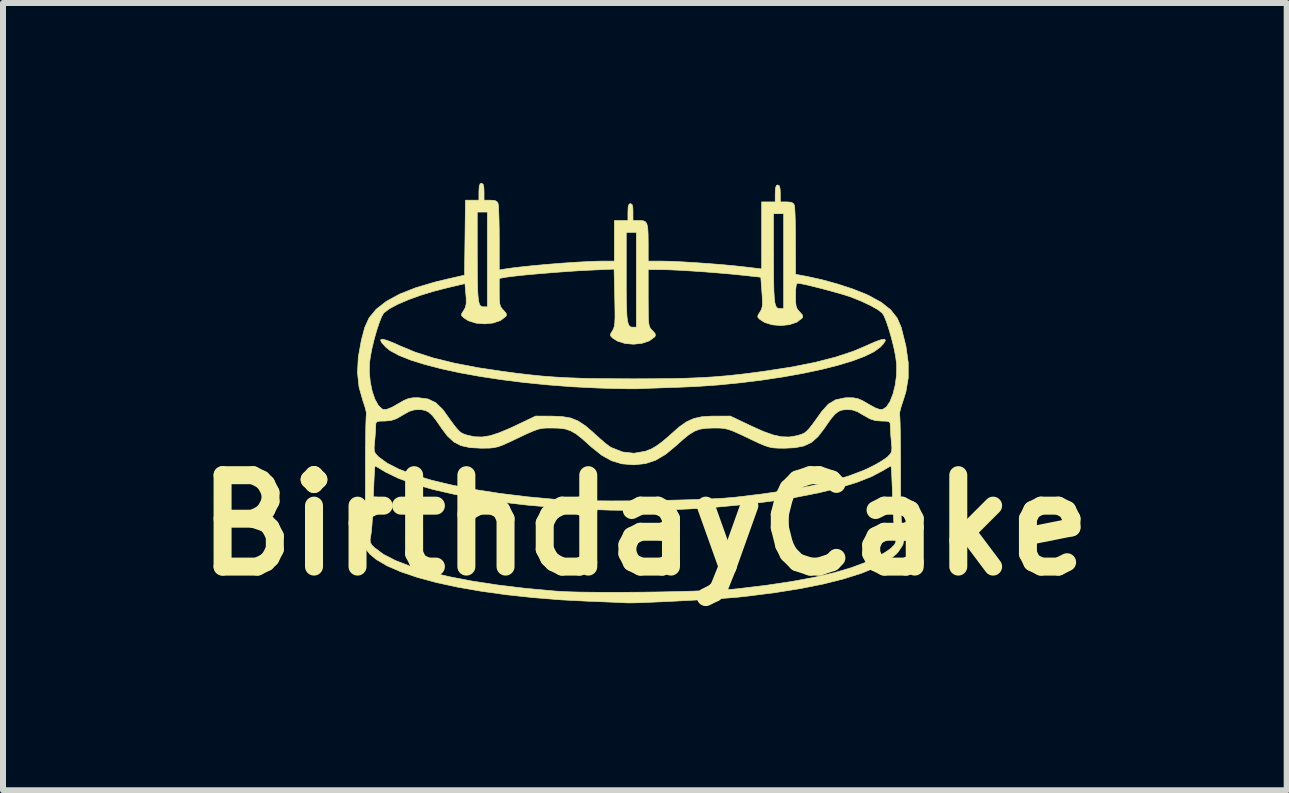
<source format=kicad_pcb>
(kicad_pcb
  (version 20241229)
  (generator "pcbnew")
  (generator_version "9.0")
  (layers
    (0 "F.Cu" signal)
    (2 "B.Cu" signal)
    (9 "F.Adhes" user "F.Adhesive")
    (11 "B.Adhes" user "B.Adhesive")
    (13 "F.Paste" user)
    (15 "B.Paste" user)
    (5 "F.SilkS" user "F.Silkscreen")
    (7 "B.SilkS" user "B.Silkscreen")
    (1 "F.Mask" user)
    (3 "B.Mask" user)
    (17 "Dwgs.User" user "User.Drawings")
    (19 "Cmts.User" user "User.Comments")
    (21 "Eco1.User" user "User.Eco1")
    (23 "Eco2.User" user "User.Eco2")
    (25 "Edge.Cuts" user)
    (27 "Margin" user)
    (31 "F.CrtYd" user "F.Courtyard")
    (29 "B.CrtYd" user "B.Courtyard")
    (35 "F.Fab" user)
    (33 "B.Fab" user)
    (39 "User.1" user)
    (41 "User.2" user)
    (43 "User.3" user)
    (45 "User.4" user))
  (footprint "BirthdayCake"
    (layer "F.Cu")
    (at 7.7 5.706)
    (property "Reference" "BirthdayCake" (at 0 0 0) (layer "F.SilkS") (effects (font (size 1.524 1.524) (thickness 0.3))))
    (attr through_hole)
    (fp_poly (pts (xy -4.304 -3.084) (xy -4.182 -3.036) (xy -4.088 -2.993) (xy -3.828 -2.885) (xy -3.525 -2.788) (xy -3.174 -2.702) (xy -2.773 -2.625) (xy -2.4 -2.569) (xy -2.149 -2.535) (xy -1.921 -2.508) (xy -1.705 -2.486) (xy -1.491 -2.47) (xy -1.268 -2.458) (xy -1.027 -2.449) (xy -0.758 -2.444) (xy -0.45 -2.442) (xy -0.198 -2.441) (xy 0.145 -2.442) (xy 0.441 -2.445) (xy 0.702 -2.451) (xy 0.936 -2.461) (xy 1.156 -2.474) (xy 1.369 -2.492) (xy 1.588 -2.515) (xy 1.822 -2.544) (xy 2.005 -2.569) (xy 2.45 -2.638) (xy 2.842 -2.716) (xy 3.184 -2.804) (xy 3.48 -2.902) (xy 3.693 -2.993) (xy 3.842 -3.059) (xy 3.945 -3.095) (xy 4.001 -3.101) (xy 4.009 -3.075) (xy 3.971 -3.018) (xy 3.926 -2.971) (xy 3.822 -2.894) (xy 3.666 -2.817) (xy 3.465 -2.741) (xy 3.224 -2.668) (xy 2.948 -2.598) (xy 2.642 -2.533) (xy 2.312 -2.474) (xy 1.963 -2.421) (xy 1.601 -2.376) (xy 1.23 -2.339) (xy 0.857 -2.313) (xy 0.54 -2.299) (xy 0.369 -2.294) (xy 0.206 -2.288) (xy 0.063 -2.283) (xy -0.045 -2.278) (xy -0.085 -2.276) (xy -0.162 -2.275) (xy -0.284 -2.275) (xy -0.439 -2.278) (xy -0.613 -2.282) (xy -0.791 -2.288) (xy -1.202 -2.308) (xy -1.608 -2.339) (xy -2.004 -2.378) (xy -2.385 -2.426) (xy -2.748 -2.481) (xy -3.086 -2.542) (xy -3.395 -2.609) (xy -3.671 -2.681) (xy -3.908 -2.755) (xy -4.102 -2.833) (xy -4.248 -2.912) (xy -4.321 -2.971) (xy -4.387 -3.045) (xy -4.407 -3.089) (xy -4.379 -3.102) (xy -4.304 -3.084)) (stroke (width 0.01) (type solid)) (fill yes) (layer "F.SilkS"))
    (fp_poly (pts (xy -2.697 -5.686) (xy -2.684 -5.633) (xy -2.681 -5.56) (xy -2.681 -5.419) (xy -2.572 -5.419) (xy -2.496 -5.412) (xy -2.458 -5.388) (xy -2.445 -5.355) (xy -2.439 -5.307) (xy -2.435 -5.213) (xy -2.431 -5.084) (xy -2.428 -4.928) (xy -2.427 -4.773) (xy -2.427 -4.255) (xy -2.335 -4.271) (xy -2.205 -4.29) (xy -2.031 -4.31) (xy -1.826 -4.331) (xy -1.603 -4.351) (xy -1.375 -4.369) (xy -1.154 -4.384) (xy -0.954 -4.395) (xy -0.787 -4.402) (xy -0.713 -4.403) (xy -0.508 -4.403) (xy -0.508 -4.882) (xy -0.31 -4.882) (xy -0.31 -4.198) (xy -0.31 -3.949) (xy -0.308 -3.75) (xy -0.304 -3.596) (xy -0.298 -3.482) (xy -0.288 -3.402) (xy -0.274 -3.349) (xy -0.256 -3.319) (xy -0.233 -3.305) (xy -0.208 -3.302) (xy -0.141 -3.302) (xy -0.141 -4.882) (xy -0.31 -4.882) (xy -0.508 -4.882) (xy -0.508 -5.08) (xy -0.282 -5.08) (xy -0.282 -5.221) (xy -0.278 -5.31) (xy -0.262 -5.353) (xy -0.24 -5.362) (xy -0.213 -5.347) (xy -0.2 -5.295) (xy -0.198 -5.221) (xy -0.198 -5.08) (xy -0.088 -5.08) (xy -0.032 -5.077) (xy 0.008 -5.061) (xy 0.033 -5.025) (xy 0.048 -4.959) (xy 0.054 -4.855) (xy 0.056 -4.705) (xy 0.056 -4.678) (xy 0.056 -4.403) (xy 0.282 -4.403) (xy 0.428 -4.4) (xy 0.617 -4.391) (xy 0.833 -4.378) (xy 1.062 -4.362) (xy 1.291 -4.344) (xy 1.504 -4.324) (xy 1.658 -4.307) (xy 1.947 -4.273) (xy 1.947 -5.193) (xy 2.145 -5.193) (xy 2.145 -4.508) (xy 2.146 -4.259) (xy 2.148 -4.06) (xy 2.151 -3.907) (xy 2.158 -3.793) (xy 2.167 -3.712) (xy 2.181 -3.659) (xy 2.199 -3.629) (xy 2.222 -3.615) (xy 2.247 -3.612) (xy 2.314 -3.612) (xy 2.314 -5.193) (xy 2.145 -5.193) (xy 1.947 -5.193) (xy 1.947 -5.39) (xy 2.173 -5.39) (xy 2.173 -5.532) (xy 2.178 -5.62) (xy 2.193 -5.664) (xy 2.215 -5.673) (xy 2.242 -5.658) (xy 2.255 -5.605) (xy 2.258 -5.532) (xy 2.258 -5.39) (xy 2.367 -5.39) (xy 2.443 -5.384) (xy 2.481 -5.359) (xy 2.494 -5.327) (xy 2.499 -5.28) (xy 2.504 -5.186) (xy 2.508 -5.055) (xy 2.51 -4.899) (xy 2.511 -4.726) (xy 2.511 -4.723) (xy 2.512 -4.183) (xy 2.702 -4.148) (xy 2.952 -4.093) (xy 3.211 -4.022) (xy 3.46 -3.941) (xy 3.678 -3.855) (xy 3.739 -3.827) (xy 3.944 -3.714) (xy 4.098 -3.591) (xy 4.207 -3.453) (xy 4.274 -3.298) (xy 4.352 -2.987) (xy 4.391 -2.709) (xy 4.391 -2.457) (xy 4.351 -2.221) (xy 4.304 -2.072) (xy 4.271 -1.972) (xy 4.25 -1.889) (xy 4.247 -1.84) (xy 4.248 -1.838) (xy 4.251 -1.801) (xy 4.255 -1.714) (xy 4.258 -1.585) (xy 4.26 -1.421) (xy 4.262 -1.229) (xy 4.263 -1.016) (xy 4.263 -0.905) (xy 4.263 -0.636) (xy 4.265 -0.417) (xy 4.269 -0.245) (xy 4.274 -0.112) (xy 4.281 -0.014) (xy 4.29 0.055) (xy 4.301 0.097) (xy 4.324 0.218) (xy 4.3 0.329) (xy 4.226 0.441) (xy 4.187 0.484) (xy 4.048 0.596) (xy 3.854 0.702) (xy 3.609 0.801) (xy 3.315 0.894) (xy 2.974 0.98) (xy 2.589 1.057) (xy 2.161 1.125) (xy 1.694 1.184) (xy 1.545 1.2) (xy 1.436 1.209) (xy 1.291 1.22) (xy 1.116 1.231) (xy 0.922 1.243) (xy 0.716 1.254) (xy 0.508 1.265) (xy 0.305 1.275) (xy 0.116 1.283) (xy -0.05 1.29) (xy -0.185 1.294) (xy -0.28 1.295) (xy -0.325 1.293) (xy -0.36 1.291) (xy -0.443 1.287) (xy -0.565 1.282) (xy -0.715 1.276) (xy -0.885 1.269) (xy -0.904 1.269) (xy -1.396 1.244) (xy -1.867 1.206) (xy -2.315 1.158) (xy -2.735 1.099) (xy -3.125 1.031) (xy -3.48 0.954) (xy -3.796 0.868) (xy -4.07 0.775) (xy -4.299 0.676) (xy -4.477 0.571) (xy -4.583 0.483) (xy -4.675 0.368) (xy -4.716 0.257) (xy -4.715 0.239) (xy -4.58 0.239) (xy -4.575 0.292) (xy -4.546 0.336) (xy -4.506 0.375) (xy -4.36 0.484) (xy -4.16 0.587) (xy -3.91 0.684) (xy -3.612 0.774) (xy -3.269 0.856) (xy -2.885 0.93) (xy -2.461 0.995) (xy -2.001 1.051) (xy -1.508 1.096) (xy -1.468 1.099) (xy -1.317 1.108) (xy -1.119 1.114) (xy -0.884 1.117) (xy -0.62 1.119) (xy -0.337 1.118) (xy -0.042 1.116) (xy 0.254 1.112) (xy 0.544 1.106) (xy 0.818 1.098) (xy 1.067 1.089) (xy 1.284 1.079) (xy 1.458 1.067) (xy 1.538 1.06) (xy 2.02 1.002) (xy 2.449 0.938) (xy 2.828 0.868) (xy 3.16 0.791) (xy 3.45 0.705) (xy 3.699 0.611) (xy 3.796 0.568) (xy 3.911 0.508) (xy 4.017 0.445) (xy 4.096 0.39) (xy 4.11 0.377) (xy 4.161 0.325) (xy 4.184 0.28) (xy 4.183 0.221) (xy 4.171 0.154) (xy 4.161 0.079) (xy 4.151 -0.039) (xy 4.142 -0.189) (xy 4.134 -0.358) (xy 4.129 -0.487) (xy 4.124 -0.648) (xy 4.118 -0.787) (xy 4.113 -0.897) (xy 4.107 -0.966) (xy 4.103 -0.988) (xy 4.074 -0.974) (xy 4.015 -0.939) (xy 3.977 -0.916) (xy 3.781 -0.812) (xy 3.533 -0.714) (xy 3.239 -0.624) (xy 2.901 -0.541) (xy 2.525 -0.467) (xy 2.115 -0.402) (xy 1.676 -0.347) (xy 1.211 -0.303) (xy 0.726 -0.271) (xy 0.425 -0.258) (xy -0.063 -0.247) (xy -0.551 -0.251) (xy -1.034 -0.267) (xy -1.506 -0.296) (xy -1.964 -0.336) (xy -2.401 -0.387) (xy -2.812 -0.448) (xy -3.194 -0.519) (xy -3.541 -0.599) (xy -3.848 -0.688) (xy -4.11 -0.783) (xy -4.322 -0.886) (xy -4.372 -0.916) (xy -4.441 -0.958) (xy -4.488 -0.984) (xy -4.498 -0.988) (xy -4.503 -0.961) (xy -4.508 -0.887) (xy -4.514 -0.774) (xy -4.52 -0.632) (xy -4.525 -0.487) (xy -4.531 -0.313) (xy -4.539 -0.148) (xy -4.549 -0.005) (xy -4.559 0.103) (xy -4.566 0.154) (xy -4.58 0.239) (xy -4.715 0.239) (xy -4.709 0.14) (xy -4.696 0.097) (xy -4.684 0.049) (xy -4.675 -0.022) (xy -4.668 -0.124) (xy -4.663 -0.26) (xy -4.66 -0.437) (xy -4.658 -0.661) (xy -4.658 -0.905) (xy -4.658 -1.126) (xy -4.657 -1.292) (xy -4.513 -1.292) (xy -4.509 -1.232) (xy -4.487 -1.189) (xy -4.443 -1.143) (xy -4.442 -1.142) (xy -4.298 -1.036) (xy -4.1 -0.935) (xy -3.852 -0.84) (xy -3.558 -0.751) (xy -3.218 -0.67) (xy -2.838 -0.596) (xy -2.42 -0.531) (xy -1.966 -0.475) (xy -1.48 -0.43) (xy -1.411 -0.425) (xy -1.257 -0.416) (xy -1.057 -0.41) (xy -0.82 -0.407) (xy -0.555 -0.405) (xy -0.271 -0.406) (xy 0.022 -0.409) (xy 0.316 -0.414) (xy 0.6 -0.421) (xy 0.866 -0.429) (xy 1.105 -0.439) (xy 1.307 -0.45) (xy 1.464 -0.463) (xy 1.482 -0.464) (xy 1.965 -0.522) (xy 2.395 -0.586) (xy 2.776 -0.657) (xy 3.109 -0.735) (xy 3.399 -0.821) (xy 3.649 -0.915) (xy 3.739 -0.957) (xy 3.853 -1.015) (xy 3.957 -1.077) (xy 4.033 -1.129) (xy 4.047 -1.141) (xy 4.091 -1.188) (xy 4.114 -1.231) (xy 4.118 -1.291) (xy 4.11 -1.387) (xy 4.11 -1.389) (xy 4.1 -1.498) (xy 4.094 -1.598) (xy 4.092 -1.648) (xy 4.09 -1.699) (xy 4.072 -1.725) (xy 4.026 -1.735) (xy 3.944 -1.737) (xy 3.842 -1.745) (xy 3.754 -1.773) (xy 3.652 -1.83) (xy 3.643 -1.835) (xy 3.542 -1.894) (xy 3.459 -1.922) (xy 3.372 -1.928) (xy 3.364 -1.928) (xy 3.291 -1.921) (xy 3.231 -1.899) (xy 3.174 -1.856) (xy 3.11 -1.784) (xy 3.032 -1.674) (xy 2.992 -1.615) (xy 2.886 -1.477) (xy 2.778 -1.381) (xy 2.653 -1.322) (xy 2.5 -1.292) (xy 2.328 -1.284) (xy 2.226 -1.285) (xy 2.146 -1.29) (xy 2.075 -1.303) (xy 2 -1.327) (xy 1.907 -1.366) (xy 1.781 -1.425) (xy 1.722 -1.454) (xy 1.579 -1.521) (xy 1.474 -1.568) (xy 1.394 -1.597) (xy 1.324 -1.613) (xy 1.252 -1.62) (xy 1.165 -1.621) (xy 1.143 -1.621) (xy 1.017 -1.616) (xy 0.916 -1.601) (xy 0.826 -1.567) (xy 0.734 -1.51) (xy 0.627 -1.423) (xy 0.521 -1.327) (xy 0.346 -1.182) (xy 0.18 -1.084) (xy 0.012 -1.028) (xy -0.172 -1.008) (xy -0.198 -1.008) (xy -0.384 -1.024) (xy -0.554 -1.075) (xy -0.719 -1.167) (xy -0.892 -1.305) (xy -0.916 -1.327) (xy -1.044 -1.442) (xy -1.147 -1.523) (xy -1.238 -1.575) (xy -1.329 -1.605) (xy -1.434 -1.618) (xy -1.538 -1.621) (xy -1.63 -1.621) (xy -1.705 -1.616) (xy -1.774 -1.602) (xy -1.851 -1.575) (xy -1.95 -1.533) (xy -2.083 -1.47) (xy -2.117 -1.454) (xy -2.258 -1.387) (xy -2.362 -1.34) (xy -2.443 -1.31) (xy -2.514 -1.294) (xy -2.588 -1.286) (xy -2.68 -1.285) (xy -2.723 -1.284) (xy -2.914 -1.294) (xy -3.064 -1.327) (xy -3.186 -1.39) (xy -3.293 -1.49) (xy -3.387 -1.615) (xy -3.475 -1.743) (xy -3.543 -1.83) (xy -3.602 -1.884) (xy -3.66 -1.914) (xy -3.726 -1.926) (xy -3.759 -1.928) (xy -3.847 -1.923) (xy -3.93 -1.897) (xy -4.029 -1.841) (xy -4.039 -1.835) (xy -4.142 -1.776) (xy -4.231 -1.746) (xy -4.331 -1.737) (xy -4.339 -1.737) (xy -4.425 -1.735) (xy -4.469 -1.724) (xy -4.485 -1.696) (xy -4.487 -1.648) (xy -4.49 -1.571) (xy -4.498 -1.466) (xy -4.505 -1.389) (xy -4.513 -1.292) (xy -4.657 -1.292) (xy -4.656 -1.329) (xy -4.654 -1.507) (xy -4.652 -1.655) (xy -4.648 -1.763) (xy -4.645 -1.826) (xy -4.643 -1.838) (xy -4.644 -1.884) (xy -4.663 -1.964) (xy -4.696 -2.064) (xy -4.699 -2.072) (xy -4.764 -2.3) (xy -4.79 -2.541) (xy -4.79 -2.549) (xy -4.593 -2.549) (xy -4.577 -2.386) (xy -4.545 -2.232) (xy -4.499 -2.099) (xy -4.443 -1.998) (xy -4.381 -1.939) (xy -4.359 -1.93) (xy -4.299 -1.933) (xy -4.214 -1.967) (xy -4.118 -2.022) (xy -4.017 -2.08) (xy -3.94 -2.112) (xy -3.862 -2.125) (xy -3.778 -2.126) (xy -3.616 -2.105) (xy -3.487 -2.044) (xy -3.376 -1.937) (xy -3.344 -1.896) (xy -3.248 -1.761) (xy -3.177 -1.665) (xy -3.124 -1.6) (xy -3.083 -1.558) (xy -3.045 -1.532) (xy -3.003 -1.515) (xy -2.963 -1.502) (xy -2.838 -1.475) (xy -2.715 -1.471) (xy -2.581 -1.492) (xy -2.427 -1.542) (xy -2.241 -1.62) (xy -2.173 -1.652) (xy -1.82 -1.82) (xy -1.552 -1.819) (xy -1.379 -1.812) (xy -1.238 -1.788) (xy -1.115 -1.739) (xy -0.993 -1.659) (xy -0.856 -1.542) (xy -0.83 -1.517) (xy -0.736 -1.433) (xy -0.65 -1.359) (xy -0.584 -1.31) (xy -0.564 -1.297) (xy -0.371 -1.221) (xy -0.182 -1.2) (xy 0.009 -1.233) (xy 0.105 -1.27) (xy 0.184 -1.315) (xy 0.285 -1.388) (xy 0.39 -1.476) (xy 0.431 -1.513) (xy 0.572 -1.638) (xy 0.696 -1.725) (xy 0.817 -1.779) (xy 0.951 -1.809) (xy 1.115 -1.819) (xy 1.157 -1.819) (xy 1.425 -1.82) (xy 1.778 -1.652) (xy 1.976 -1.563) (xy 2.14 -1.505) (xy 2.279 -1.475) (xy 2.404 -1.471) (xy 2.527 -1.491) (xy 2.568 -1.502) (xy 2.617 -1.518) (xy 2.657 -1.536) (xy 2.695 -1.565) (xy 2.738 -1.61) (xy 2.794 -1.681) (xy 2.869 -1.784) (xy 2.949 -1.896) (xy 3.058 -2.018) (xy 3.18 -2.091) (xy 3.331 -2.123) (xy 3.383 -2.126) (xy 3.478 -2.124) (xy 3.554 -2.109) (xy 3.634 -2.074) (xy 3.723 -2.022) (xy 3.836 -1.959) (xy 3.916 -1.93) (xy 3.964 -1.93) (xy 4.028 -1.973) (xy 4.087 -2.062) (xy 4.136 -2.186) (xy 4.173 -2.334) (xy 4.195 -2.495) (xy 4.198 -2.659) (xy 4.194 -2.712) (xy 4.178 -2.83) (xy 4.149 -2.97) (xy 4.112 -3.119) (xy 4.07 -3.263) (xy 4.028 -3.39) (xy 3.989 -3.486) (xy 3.96 -3.534) (xy 3.888 -3.592) (xy 3.77 -3.659) (xy 3.616 -3.732) (xy 3.444 -3.802) (xy 3.362 -3.829) (xy 3.246 -3.864) (xy 3.109 -3.902) (xy 2.964 -3.941) (xy 2.822 -3.977) (xy 2.697 -4.007) (xy 2.6 -4.027) (xy 2.544 -4.036) (xy 2.542 -4.036) (xy 2.525 -4.009) (xy 2.515 -3.934) (xy 2.512 -3.829) (xy 2.514 -3.718) (xy 2.523 -3.647) (xy 2.544 -3.599) (xy 2.58 -3.558) (xy 2.582 -3.556) (xy 2.627 -3.505) (xy 2.63 -3.467) (xy 2.619 -3.451) (xy 2.531 -3.384) (xy 2.408 -3.343) (xy 2.268 -3.329) (xy 2.125 -3.341) (xy 1.997 -3.38) (xy 1.914 -3.434) (xy 1.883 -3.468) (xy 1.886 -3.502) (xy 1.918 -3.552) (xy 1.943 -3.595) (xy 1.957 -3.646) (xy 1.961 -3.718) (xy 1.956 -3.826) (xy 1.952 -3.881) (xy 1.933 -4.135) (xy 1.637 -4.167) (xy 1.439 -4.187) (xy 1.221 -4.206) (xy 0.994 -4.224) (xy 0.771 -4.239) (xy 0.567 -4.251) (xy 0.393 -4.259) (xy 0.268 -4.262) (xy 0.056 -4.262) (xy 0.056 -3.787) (xy 0.057 -3.613) (xy 0.058 -3.486) (xy 0.062 -3.398) (xy 0.07 -3.339) (xy 0.082 -3.3) (xy 0.101 -3.272) (xy 0.126 -3.246) (xy 0.127 -3.246) (xy 0.172 -3.194) (xy 0.175 -3.157) (xy 0.164 -3.14) (xy 0.075 -3.074) (xy -0.047 -3.033) (xy -0.188 -3.018) (xy -0.33 -3.03) (xy -0.458 -3.07) (xy -0.542 -3.124) (xy -0.572 -3.158) (xy -0.57 -3.192) (xy -0.54 -3.242) (xy -0.522 -3.275) (xy -0.509 -3.318) (xy -0.501 -3.378) (xy -0.497 -3.466) (xy -0.498 -3.591) (xy -0.501 -3.761) (xy -0.502 -3.793) (xy -0.513 -4.27) (xy -0.938 -4.251) (xy -1.109 -4.242) (xy -1.303 -4.229) (xy -1.508 -4.214) (xy -1.714 -4.197) (xy -1.91 -4.18) (xy -2.084 -4.163) (xy -2.226 -4.147) (xy -2.325 -4.133) (xy -2.335 -4.131) (xy -2.427 -4.114) (xy -2.427 -3.882) (xy -2.426 -3.765) (xy -2.418 -3.689) (xy -2.402 -3.639) (xy -2.373 -3.601) (xy -2.357 -3.585) (xy -2.312 -3.533) (xy -2.309 -3.495) (xy -2.32 -3.479) (xy -2.408 -3.412) (xy -2.531 -3.371) (xy -2.671 -3.357) (xy -2.814 -3.369) (xy -2.942 -3.409) (xy -3.025 -3.462) (xy -3.056 -3.496) (xy -3.053 -3.53) (xy -3.02 -3.58) (xy -2.991 -3.633) (xy -2.978 -3.695) (xy -2.978 -3.786) (xy -2.983 -3.841) (xy -2.999 -4.028) (xy -3.284 -3.961) (xy -3.52 -3.9) (xy -3.743 -3.832) (xy -3.946 -3.758) (xy -4.12 -3.683) (xy -4.256 -3.611) (xy -4.346 -3.543) (xy -4.355 -3.534) (xy -4.388 -3.476) (xy -4.428 -3.376) (xy -4.471 -3.246) (xy -4.512 -3.101) (xy -4.548 -2.953) (xy -4.575 -2.814) (xy -4.589 -2.712) (xy -4.593 -2.549) (xy -4.79 -2.549) (xy -4.777 -2.801) (xy -4.725 -3.089) (xy -4.669 -3.298) (xy -4.597 -3.457) (xy -4.477 -3.602) (xy -4.309 -3.733) (xy -4.09 -3.852) (xy -3.82 -3.959) (xy -3.496 -4.055) (xy -3.288 -4.105) (xy -3.006 -4.169) (xy -2.998 -4.794) (xy -2.993 -5.221) (xy -2.794 -5.221) (xy -2.794 -4.537) (xy -2.793 -4.287) (xy -2.791 -4.089) (xy -2.788 -3.935) (xy -2.781 -3.821) (xy -2.772 -3.74) (xy -2.758 -3.688) (xy -2.74 -3.657) (xy -2.717 -3.644) (xy -2.692 -3.641) (xy -2.625 -3.641) (xy -2.625 -5.221) (xy -2.794 -5.221) (xy -2.993 -5.221) (xy -2.99 -5.419) (xy -2.766 -5.419) (xy -2.766 -5.56) (xy -2.761 -5.649) (xy -2.746 -5.692) (xy -2.723 -5.701) (xy -2.697 -5.686)) (stroke (width 0.01) (type solid)) (fill yes) (layer "F.SilkS")))
  (gr_rect
    (start -3 -3)
    (end 18.4 10.124)
    (stroke (width 0.1) (type default))
    (fill no)
    (layer "Edge.Cuts")))
</source>
